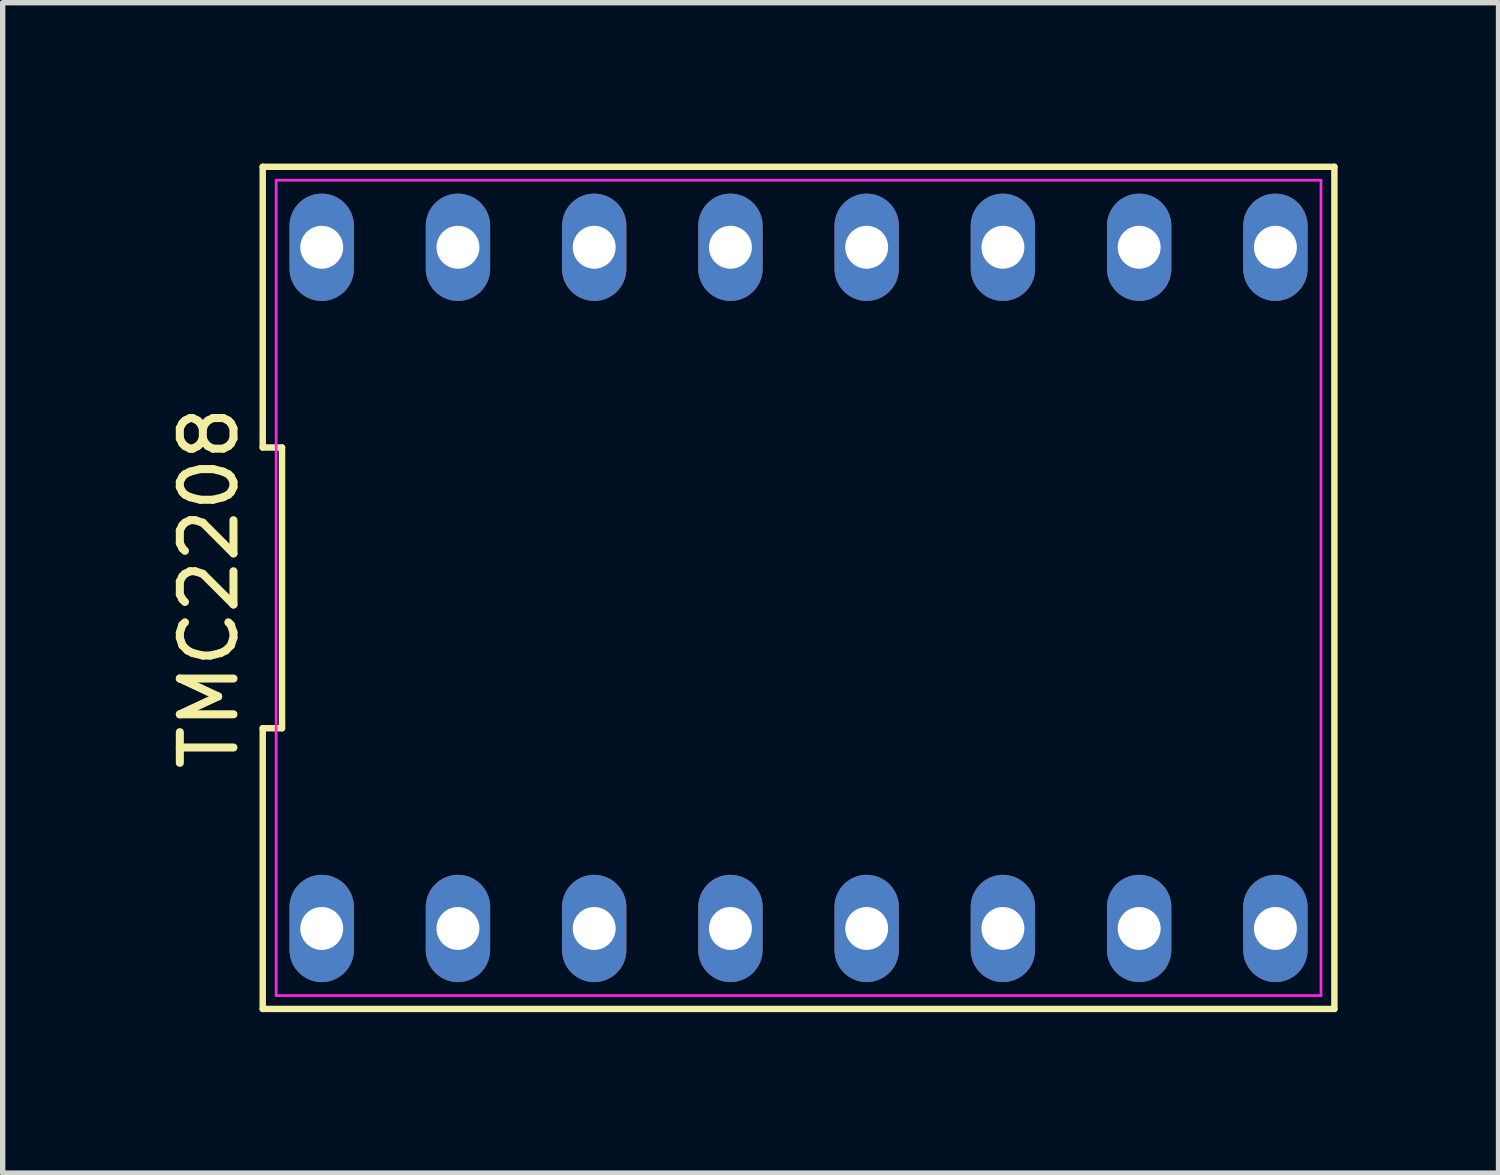
<source format=kicad_pcb>
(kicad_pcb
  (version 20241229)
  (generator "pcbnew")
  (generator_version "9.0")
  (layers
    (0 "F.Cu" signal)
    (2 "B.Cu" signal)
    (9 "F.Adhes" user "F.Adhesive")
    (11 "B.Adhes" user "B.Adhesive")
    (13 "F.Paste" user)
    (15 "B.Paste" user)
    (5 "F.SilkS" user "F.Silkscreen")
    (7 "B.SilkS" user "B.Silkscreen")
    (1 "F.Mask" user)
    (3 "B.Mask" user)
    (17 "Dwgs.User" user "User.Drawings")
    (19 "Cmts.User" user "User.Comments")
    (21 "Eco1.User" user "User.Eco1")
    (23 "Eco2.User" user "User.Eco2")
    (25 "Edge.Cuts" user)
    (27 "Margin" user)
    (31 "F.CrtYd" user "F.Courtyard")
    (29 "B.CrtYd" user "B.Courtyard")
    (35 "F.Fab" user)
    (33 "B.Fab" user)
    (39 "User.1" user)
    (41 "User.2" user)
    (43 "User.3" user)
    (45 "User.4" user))
  (footprint "TMC2208"
    (layer "F.Cu")
    (at 11.838 7.91)
    (property "Reference" "TMC2208" (at -10.99 0 90) (layer "F.SilkS") (effects (font (size 1 1) (thickness 0.15))))
    (fp_line (start -9.99 -7.85) (end -9.99 -2.617) (stroke (width 0.12) (type solid)) (layer "F.SilkS"))
    (fp_line (start -9.99 -2.617) (end -9.63 -2.617) (stroke (width 0.12) (type solid)) (layer "F.SilkS"))
    (fp_line (start -9.99 2.617) (end -9.99 7.85) (stroke (width 0.12) (type solid)) (layer "F.SilkS"))
    (fp_line (start -9.99 7.85) (end 9.99 7.85) (stroke (width 0.12) (type solid)) (layer "F.SilkS"))
    (fp_line (start -9.63 -2.617) (end -9.63 2.617) (stroke (width 0.12) (type solid)) (layer "F.SilkS"))
    (fp_line (start -9.63 2.617) (end -9.99 2.617) (stroke (width 0.12) (type solid)) (layer "F.SilkS"))
    (fp_line (start 9.99 -7.85) (end -9.99 -7.85) (stroke (width 0.12) (type solid)) (layer "F.SilkS"))
    (fp_line (start 9.99 7.85) (end 9.99 -7.85) (stroke (width 0.12) (type solid)) (layer "F.SilkS"))
    (fp_line (start -9.74 -7.6) (end 9.74 -7.6) (stroke (width 0.05) (type solid)) (layer "F.CrtYd"))
    (fp_line (start -9.74 7.6) (end -9.74 -7.6) (stroke (width 0.05) (type solid)) (layer "F.CrtYd"))
    (fp_line (start 9.74 -7.6) (end 9.74 7.6) (stroke (width 0.05) (type solid)) (layer "F.CrtYd"))
    (fp_line (start 9.74 7.6) (end -9.74 7.6) (stroke (width 0.05) (type solid)) (layer "F.CrtYd"))
    (pad "1" thru_hole oval (at -8.89 6.35) (size 1.2 2) (drill 0.8) (layers "*.Cu" "*.Mask"))
    (pad "2" thru_hole oval (at -6.35 6.35) (size 1.2 2) (drill 0.8) (layers "*.Cu" "*.Mask"))
    (pad "3" thru_hole oval (at -3.81 6.35) (size 1.2 2) (drill 0.8) (layers "*.Cu" "*.Mask"))
    (pad "4" thru_hole oval (at -1.27 6.35) (size 1.2 2) (drill 0.8) (layers "*.Cu" "*.Mask"))
    (pad "5" thru_hole oval (at 1.27 6.35) (size 1.2 2) (drill 0.8) (layers "*.Cu" "*.Mask"))
    (pad "6" thru_hole oval (at 3.81 6.35) (size 1.2 2) (drill 0.8) (layers "*.Cu" "*.Mask"))
    (pad "7" thru_hole oval (at 6.35 6.35) (size 1.2 2) (drill 0.8) (layers "*.Cu" "*.Mask"))
    (pad "8" thru_hole oval (at 8.89 6.35) (size 1.2 2) (drill 0.8) (layers "*.Cu" "*.Mask"))
    (pad "9" thru_hole oval (at 8.89 -6.35) (size 1.2 2) (drill 0.8) (layers "*.Cu" "*.Mask"))
    (pad "10" thru_hole oval (at 6.35 -6.35) (size 1.2 2) (drill 0.8) (layers "*.Cu" "*.Mask"))
    (pad "11" thru_hole oval (at 3.81 -6.35) (size 1.2 2) (drill 0.8) (layers "*.Cu" "*.Mask"))
    (pad "12" thru_hole oval (at 1.27 -6.35) (size 1.2 2) (drill 0.8) (layers "*.Cu" "*.Mask"))
    (pad "13" thru_hole oval (at -1.27 -6.35) (size 1.2 2) (drill 0.8) (layers "*.Cu" "*.Mask"))
    (pad "14" thru_hole oval (at -3.81 -6.35) (size 1.2 2) (drill 0.8) (layers "*.Cu" "*.Mask"))
    (pad "15" thru_hole oval (at -6.35 -6.35) (size 1.2 2) (drill 0.8) (layers "*.Cu" "*.Mask"))
    (pad "16" thru_hole oval (at -8.89 -6.35) (size 1.2 2) (drill 0.8) (layers "*.Cu" "*.Mask")))
  (gr_rect
    (start -3 -3)
    (end 24.888 18.82)
    (stroke (width 0.1) (type default))
    (fill no)
    (layer "Edge.Cuts")))
</source>
